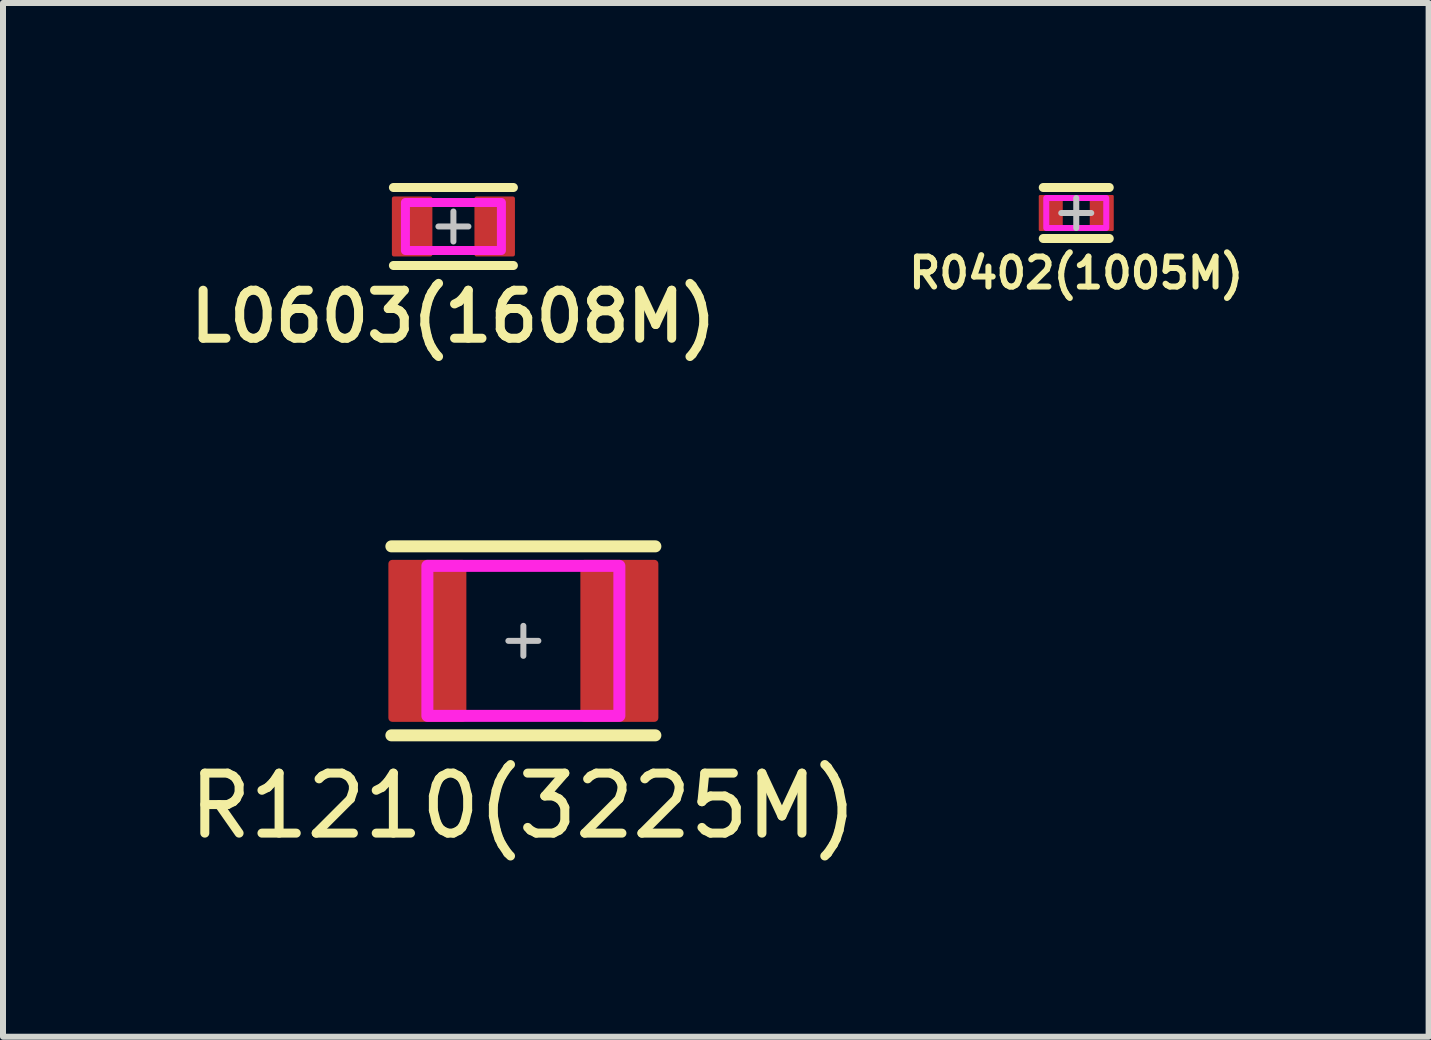
<source format=kicad_pcb>
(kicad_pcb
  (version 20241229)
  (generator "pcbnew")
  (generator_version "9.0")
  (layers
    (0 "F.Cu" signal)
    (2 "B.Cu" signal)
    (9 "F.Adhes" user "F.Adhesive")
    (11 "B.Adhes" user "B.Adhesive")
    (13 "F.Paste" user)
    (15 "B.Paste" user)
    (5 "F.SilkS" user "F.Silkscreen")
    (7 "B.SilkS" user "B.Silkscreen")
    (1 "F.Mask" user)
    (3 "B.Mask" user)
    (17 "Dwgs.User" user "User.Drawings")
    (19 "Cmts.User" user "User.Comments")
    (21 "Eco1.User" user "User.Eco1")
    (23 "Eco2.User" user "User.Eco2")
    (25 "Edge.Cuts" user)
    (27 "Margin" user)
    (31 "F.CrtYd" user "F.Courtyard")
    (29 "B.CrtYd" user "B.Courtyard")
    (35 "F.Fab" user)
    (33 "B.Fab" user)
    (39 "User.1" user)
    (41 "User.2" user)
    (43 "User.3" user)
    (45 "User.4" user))
  (footprint "L0603(1608M)"
    (layer "F.Cu")
    (at 4.507 0.725)
    (property "Reference" "L0603(1608M)" (at 0 1.5 0) (layer "F.SilkS") (effects (font (size 0.8 0.8) (thickness 0.15))))
    (attr smd)
    (fp_line (start -1 -0.65) (end 1 -0.65) (stroke (width 0.15) (type solid)) (layer "F.SilkS"))
    (fp_line (start -1 0.65) (end 1 0.65) (stroke (width 0.15) (type solid)) (layer "F.SilkS"))
    (fp_poly (pts (xy -0.425 -0.2) (xy -0.525 -0.2) (xy -0.525 0.2) (xy -0.425 0.2) (xy -0.425 0.425) (xy -0.95 0.425) (xy -0.95 -0.425) (xy -0.425 -0.425)) (stroke (width 0) (type solid)) (fill yes) (layer "F.Paste"))
    (fp_poly (pts (xy 0.425 0.2) (xy 0.525 0.2) (xy 0.525 -0.2) (xy 0.425 -0.2) (xy 0.425 -0.425) (xy 0.95 -0.425) (xy 0.95 0.425) (xy 0.425 0.425)) (stroke (width 0) (type solid)) (fill yes) (layer "F.Paste"))
    (fp_line (start -0.25 0) (end 0.25 0) (stroke (width 0.1) (type solid)) (layer "Dwgs.User"))
    (fp_line (start 0 -0.25) (end 0 0.25) (stroke (width 0.1) (type solid)) (layer "Dwgs.User"))
    (fp_rect (start -0.8 -0.4) (end 0.8 0.4) (stroke (width 0.15) (type solid)) (fill no) (layer "F.CrtYd"))
    (pad "1" smd roundrect (at -0.688 0 90) (size 1 0.675) (layers "F.Cu" "F.Mask") (roundrect_rratio 0.05))
    (pad "2" smd roundrect (at 0.688 0 90) (size 1 0.675) (layers "F.Cu" "F.Mask") (roundrect_rratio 0.05)))
  (footprint "R1210(3225M)"
    (layer "F.Cu")
    (at 5.673 7.631)
    (property "Reference" "R1210(3225M)" (at 0 2.75 0) (layer "F.SilkS") (effects (font (size 1 1) (thickness 0.15))))
    (attr smd)
    (fp_line (start -2.2 -1.575) (end 2.2 -1.575) (stroke (width 0.2) (type solid)) (layer "F.SilkS"))
    (fp_line (start -2.2 1.575) (end 2.2 1.575) (stroke (width 0.2) (type solid)) (layer "F.SilkS"))
    (fp_line (start -0.25 0) (end 0.25 0) (stroke (width 0.1) (type solid)) (layer "Dwgs.User"))
    (fp_line (start 0 -0.25) (end 0 0.25) (stroke (width 0.1) (type solid)) (layer "Dwgs.User"))
    (fp_rect (start -1.6 -1.25) (end 1.6 1.25) (stroke (width 0.2) (type solid)) (fill no) (layer "F.CrtYd"))
    (pad "1" smd roundrect (at -1.6 0 90) (size 2.7 1.3) (layers "F.Cu" "F.Mask" "F.Paste") (roundrect_rratio 0.05))
    (pad "2" smd roundrect (at 1.6 0 90) (size 2.7 1.3) (layers "F.Cu" "F.Mask" "F.Paste") (roundrect_rratio 0.05)))
  (footprint "R0402(1005M)"
    (layer "F.Cu")
    (at 14.888 0.5)
    (property "Reference" "R0402(1005M)" (at 0 1 0) (layer "F.SilkS") (effects (font (size 0.5 0.5) (thickness 0.1))))
    (attr smd)
    (fp_line (start -0.55 -0.425) (end 0.55 -0.425) (stroke (width 0.15) (type solid)) (layer "F.SilkS"))
    (fp_line (start -0.55 0.425) (end 0.55 0.425) (stroke (width 0.15) (type solid)) (layer "F.SilkS"))
    (fp_line (start -0.25 0) (end 0.25 0) (stroke (width 0.1) (type solid)) (layer "Dwgs.User"))
    (fp_line (start 0 -0.25) (end 0 0.25) (stroke (width 0.1) (type solid)) (layer "Dwgs.User"))
    (fp_rect (start -0.5 -0.25) (end 0.5 0.25) (stroke (width 0.1) (type solid)) (fill no) (layer "F.CrtYd"))
    (pad "1" smd roundrect (at -0.425 0 90) (size 0.6 0.4) (layers "F.Cu" "F.Mask" "F.Paste") (roundrect_rratio 0.05))
    (pad "2" smd roundrect (at 0.425 0 90) (size 0.6 0.4) (layers "F.Cu" "F.Mask" "F.Paste") (roundrect_rratio 0.05)))
  (gr_rect
    (start -3 -3)
    (end 20.761 14.229)
    (stroke (width 0.1) (type default))
    (fill no)
    (layer "Edge.Cuts")))
</source>
